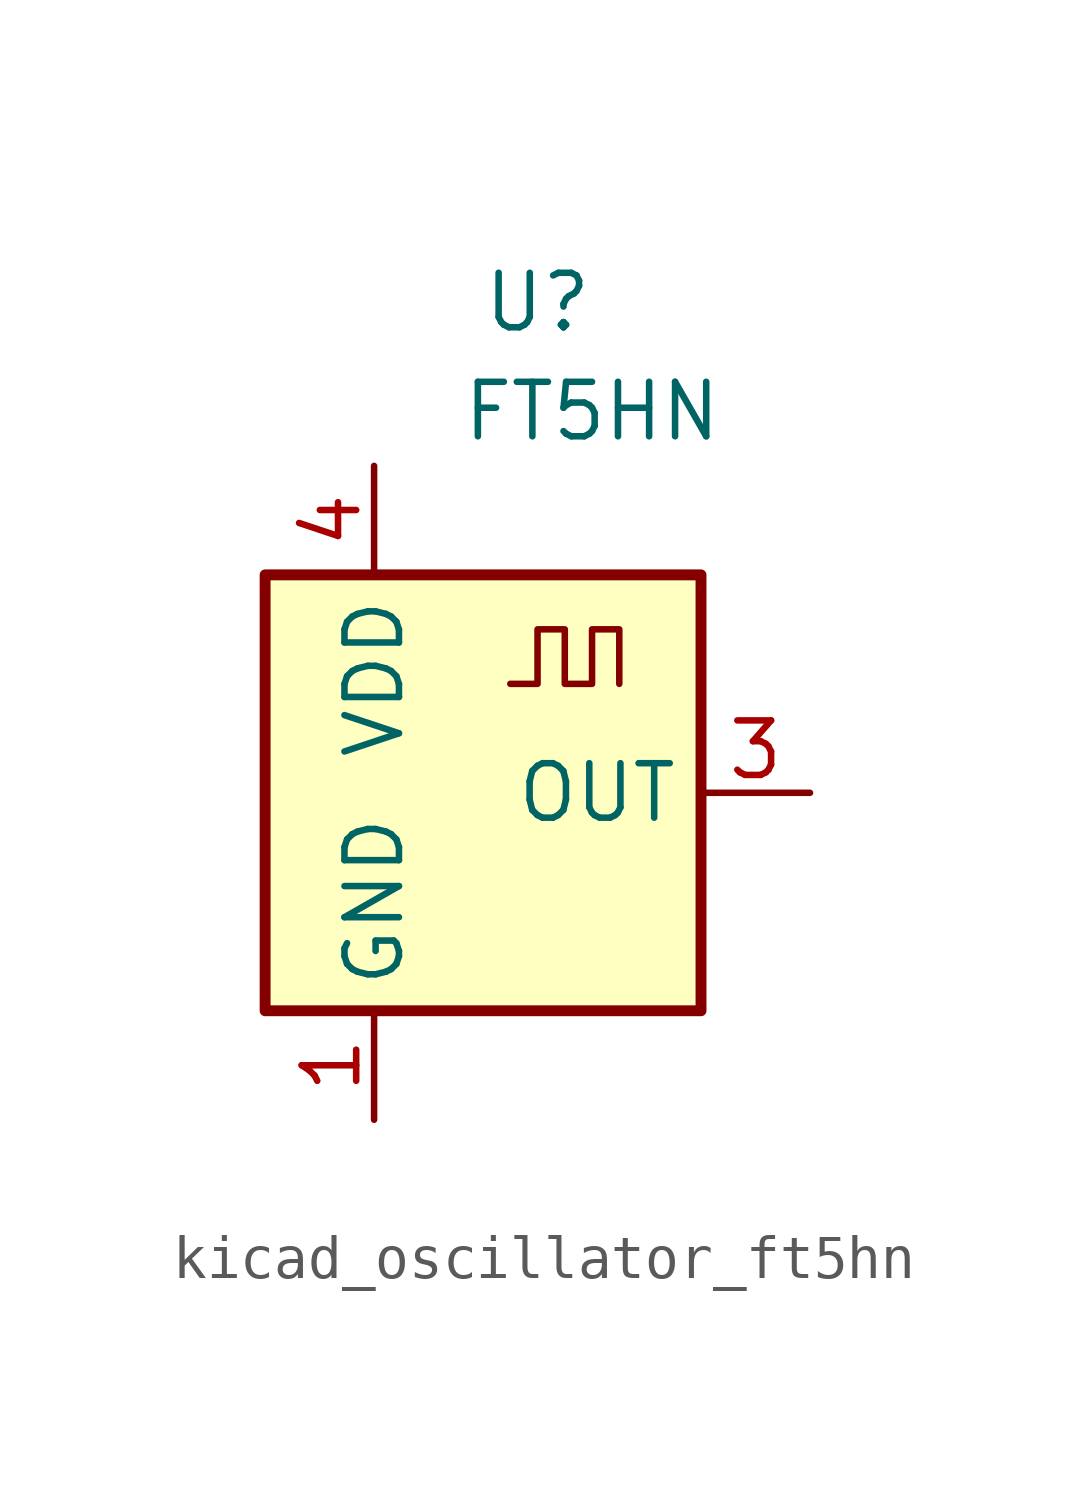
<source format=kicad_sym>
(kicad_symbol_lib
  (version 20220914)
  (generator kicad_symbol_editor)
  (symbol "kicad_oscillator_ft5hn"
    (property "Reference" "U"
      (at 1.27 11.43 0)
      (effects (font (size 1.27 1.27))))
    (property "Value" "FT5HN"
      (at 2.54 8.89 0)
      (effects (font (size 1.27 1.27))))
    (symbol "kicad_oscillator_ft5hn_0_1"
      (rectangle (start -5.08 5.08) (end 5.08 -5.08) (stroke (width 0.254) (type default)) (fill (type background)))
      (polyline (pts (xy 0.635 2.54) (xy 1.27 2.54) (xy 1.27 3.81) (xy 1.905 3.81) (xy 1.905 2.54) (xy 2.54 2.54) (xy 2.54 3.81) (xy 3.175 3.81) (xy 3.175 2.54)) (stroke (width 0) (type default)) (fill (type none))))
    (symbol "kicad_oscillator_ft5hn_1_1"
      (pin power_in line (at -2.54 -7.62 90) (length 2.54) (name "GND" (effects (font (size 1.27 1.27)))) (number "1" (effects (font (size 1.27 1.27)))))
      (pin passive line (at -2.54 -7.62 90) (length 2.54) hide (name "GND" (effects (font (size 1.27 1.27)))) (number "2" (effects (font (size 1.27 1.27)))))
      (pin output line (at 7.62 0 180) (length 2.54) (name "OUT" (effects (font (size 1.27 1.27)))) (number "3" (effects (font (size 1.27 1.27)))))
      (pin power_in line (at -2.54 7.62 270) (length 2.54) (name "VDD" (effects (font (size 1.27 1.27)))) (number "4" (effects (font (size 1.27 1.27))))))))
</source>
